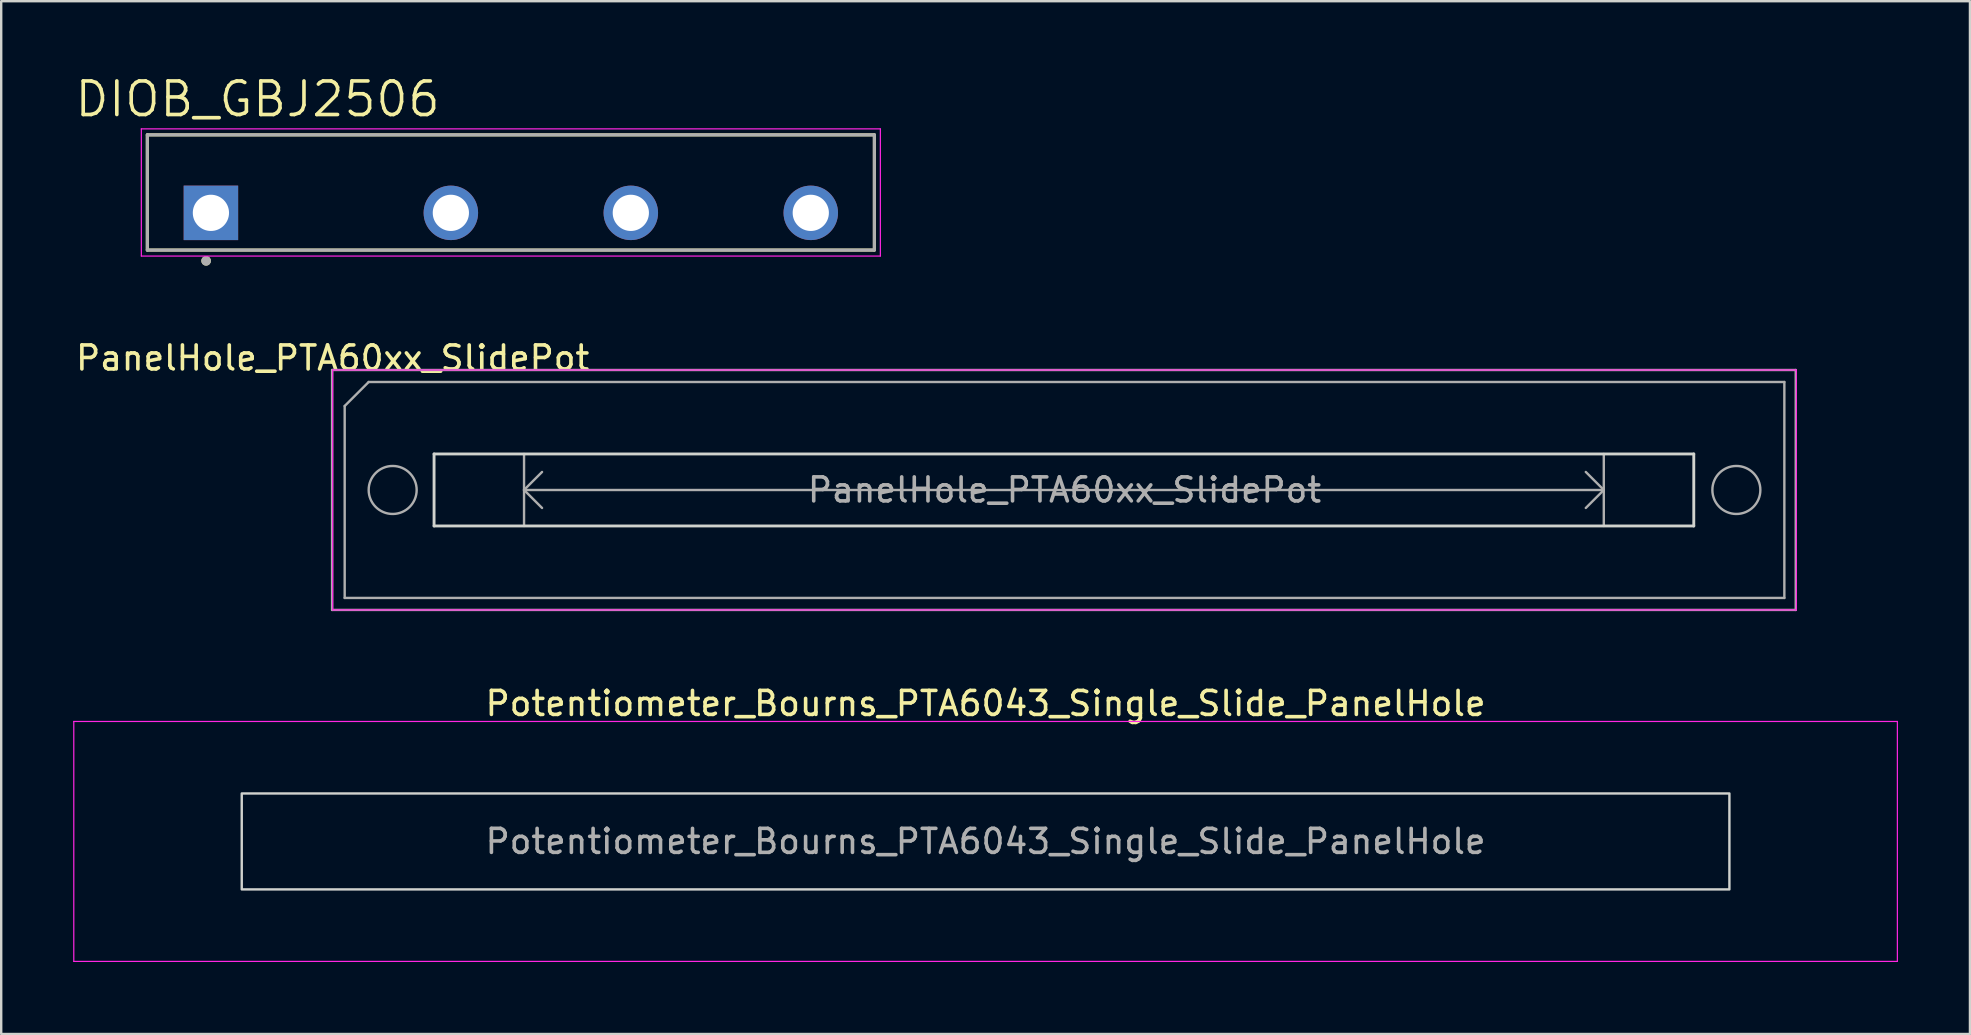
<source format=kicad_pcb>
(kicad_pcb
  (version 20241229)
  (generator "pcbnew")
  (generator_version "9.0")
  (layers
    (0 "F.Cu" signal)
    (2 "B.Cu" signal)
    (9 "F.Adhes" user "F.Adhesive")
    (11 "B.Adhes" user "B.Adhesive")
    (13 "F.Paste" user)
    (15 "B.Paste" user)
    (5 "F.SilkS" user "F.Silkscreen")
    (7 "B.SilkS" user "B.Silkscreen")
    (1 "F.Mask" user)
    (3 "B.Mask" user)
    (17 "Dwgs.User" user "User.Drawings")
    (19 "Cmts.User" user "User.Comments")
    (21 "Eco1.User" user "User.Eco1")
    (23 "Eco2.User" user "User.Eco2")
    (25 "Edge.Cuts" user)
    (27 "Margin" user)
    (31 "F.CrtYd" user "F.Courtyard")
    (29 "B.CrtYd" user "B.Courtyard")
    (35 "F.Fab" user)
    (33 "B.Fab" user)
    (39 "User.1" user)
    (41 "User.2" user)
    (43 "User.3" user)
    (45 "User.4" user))
  (footprint "Potentiometer_Bourns_PTA6043_Single_Slide_PanelHole"
    (layer "F.Cu")
    (at 1.275 30.268)
    (property "Reference" "Potentiometer_Bourns_PTA6043_Single_Slide_PanelHole" (at 36.75 -4 0) (layer "F.SilkS") (effects (font (size 1 1) (thickness 0.15))))
    (attr through_hole)
    (fp_rect (start 5.75 -0.25) (end 67.75 3.75) (stroke (width 0.1) (type solid)) (fill no) (layer "Edge.Cuts"))
    (fp_line (start -1.25 -3.25) (end -1.25 6.75) (stroke (width 0.05) (type solid)) (layer "F.CrtYd"))
    (fp_line (start -1.25 6.75) (end 74.75 6.75) (stroke (width 0.05) (type solid)) (layer "F.CrtYd"))
    (fp_line (start 74.75 -3.25) (end -1.25 -3.25) (stroke (width 0.05) (type solid)) (layer "F.CrtYd"))
    (fp_line (start 74.75 6.75) (end 74.75 -3.25) (stroke (width 0.05) (type solid)) (layer "F.CrtYd"))
    (fp_text user "${REFERENCE}" (at 36.75 1.75 0) (layer "F.Fab") (effects (font (size 1 1) (thickness 0.15)))))
  (footprint "DIOB_GBJ2506"
    (layer "F.Cu")
    (at 18.24 4.971)
    (property "Reference" "DIOB_GBJ2506" (at -10.555 -3.889 0) (layer "F.SilkS") (effects (font (size 1.4 1.4) (thickness 0.15))))
    (attr through_hole)
    (fp_line (start -15.15 -2.4) (end -15.15 2.4) (stroke (width 0.127) (type solid)) (layer "F.SilkS"))
    (fp_line (start -15.15 2.4) (end 15.15 2.4) (stroke (width 0.127) (type solid)) (layer "F.SilkS"))
    (fp_line (start 15.15 -2.4) (end -15.15 -2.4) (stroke (width 0.127) (type solid)) (layer "F.SilkS"))
    (fp_line (start 15.15 2.4) (end 15.15 -2.4) (stroke (width 0.127) (type solid)) (layer "F.SilkS"))
    (fp_circle (center -12.7 2.85) (end -12.6 2.85) (stroke (width 0.2) (type solid)) (fill no) (layer "F.SilkS"))
    (fp_line (start -15.4 -2.65) (end 15.4 -2.65) (stroke (width 0.05) (type solid)) (layer "F.CrtYd"))
    (fp_line (start -15.4 2.65) (end -15.4 -2.65) (stroke (width 0.05) (type solid)) (layer "F.CrtYd"))
    (fp_line (start 15.4 -2.65) (end 15.4 2.65) (stroke (width 0.05) (type solid)) (layer "F.CrtYd"))
    (fp_line (start 15.4 2.65) (end -15.4 2.65) (stroke (width 0.05) (type solid)) (layer "F.CrtYd"))
    (fp_line (start -15.15 -2.4) (end -15.15 2.4) (stroke (width 0.127) (type solid)) (layer "F.Fab"))
    (fp_line (start -15.15 2.4) (end 15.15 2.4) (stroke (width 0.127) (type solid)) (layer "F.Fab"))
    (fp_line (start 15.15 -2.4) (end -15.15 -2.4) (stroke (width 0.127) (type solid)) (layer "F.Fab"))
    (fp_line (start 15.15 2.4) (end 15.15 -2.4) (stroke (width 0.127) (type solid)) (layer "F.Fab"))
    (fp_circle (center -12.7 2.85) (end -12.6 2.85) (stroke (width 0.2) (type solid)) (fill no) (layer "F.Fab"))
    (pad "1" thru_hole rect (at -12.5 0.85) (size 2.27 2.27) (drill 1.51) (layers "*.Cu" "*.Mask"))
    (pad "2" thru_hole circle (at -2.5 0.85) (size 2.27 2.27) (drill 1.51) (layers "*.Cu" "*.Mask"))
    (pad "3" thru_hole circle (at 5 0.85) (size 2.27 2.27) (drill 1.51) (layers "*.Cu" "*.Mask"))
    (pad "4" thru_hole circle (at 12.5 0.85) (size 2.27 2.27) (drill 1.51) (layers "*.Cu" "*.Mask")))
  (footprint "PanelHole_PTA60xx_SlidePot"
    (layer "F.Cu")
    (at 12.04 15.62)
    (property "Reference" "PanelHole_PTA60xx_SlidePot" (at -1.225 -3.75 0) (unlocked yes) (layer "F.SilkS") (effects (font (size 1 1) (thickness 0.15))))
    (fp_line (start 3 0.25) (end 3 3.25) (stroke (width 0.12) (type solid)) (layer "Edge.Cuts"))
    (fp_line (start 3 3.25) (end 55.5 3.25) (stroke (width 0.12) (type solid)) (layer "Edge.Cuts"))
    (fp_line (start 55.5 0.25) (end 3 0.25) (stroke (width 0.12) (type solid)) (layer "Edge.Cuts"))
    (fp_line (start 55.5 3.25) (end 55.5 0.25) (stroke (width 0.12) (type solid)) (layer "Edge.Cuts"))
    (fp_line (start -1.225 -3.25) (end -1.225 6.75) (stroke (width 0.05) (type solid)) (layer "F.CrtYd"))
    (fp_line (start -1.225 6.75) (end 59.775 6.75) (stroke (width 0.05) (type solid)) (layer "F.CrtYd"))
    (fp_line (start 59.775 -3.25) (end -1.225 -3.25) (stroke (width 0.05) (type solid)) (layer "F.CrtYd"))
    (fp_line (start 59.775 6.75) (end 59.775 -3.25) (stroke (width 0.05) (type solid)) (layer "F.CrtYd"))
    (fp_line (start -1.25 -3.25) (end -1.25 6.75) (stroke (width 0.1) (type solid)) (layer "F.Fab"))
    (fp_line (start -1.25 6.75) (end 59.75 6.75) (stroke (width 0.1) (type solid)) (layer "F.Fab"))
    (fp_line (start -0.725 -1.75) (end 0.275 -2.75) (stroke (width 0.1) (type solid)) (layer "F.Fab"))
    (fp_line (start -0.725 6.25) (end -0.725 -1.75) (stroke (width 0.1) (type solid)) (layer "F.Fab"))
    (fp_line (start 0.275 -2.75) (end 59.275 -2.75) (stroke (width 0.1) (type solid)) (layer "F.Fab"))
    (fp_line (start 6.75 0.25) (end 6.75 3.25) (stroke (width 0.1) (type solid)) (layer "F.Fab"))
    (fp_line (start 6.75 1.75) (end 51.75 1.75) (stroke (width 0.1) (type solid)) (layer "F.Fab"))
    (fp_line (start 7.5 1) (end 6.75 1.75) (stroke (width 0.1) (type solid)) (layer "F.Fab"))
    (fp_line (start 7.5 2.5) (end 6.75 1.75) (stroke (width 0.1) (type solid)) (layer "F.Fab"))
    (fp_line (start 51.75 0.25) (end 51.75 3.25) (stroke (width 0.1) (type solid)) (layer "F.Fab"))
    (fp_line (start 51.75 1.75) (end 51 1) (stroke (width 0.1) (type solid)) (layer "F.Fab"))
    (fp_line (start 51.75 1.75) (end 51 2.5) (stroke (width 0.1) (type solid)) (layer "F.Fab"))
    (fp_line (start 59.275 -2.75) (end 59.275 6.25) (stroke (width 0.1) (type solid)) (layer "F.Fab"))
    (fp_line (start 59.275 6.25) (end -0.725 6.25) (stroke (width 0.1) (type solid)) (layer "F.Fab"))
    (fp_line (start 59.75 -3.25) (end -1.25 -3.25) (stroke (width 0.1) (type solid)) (layer "F.Fab"))
    (fp_line (start 59.75 6.75) (end 59.75 -3.25) (stroke (width 0.1) (type solid)) (layer "F.Fab"))
    (fp_circle (center 1.275 1.75) (end 2.275 1.75) (stroke (width 0.1) (type solid)) (fill no) (layer "F.Fab"))
    (fp_circle (center 57.275 1.75) (end 58.275 1.75) (stroke (width 0.1) (type solid)) (fill no) (layer "F.Fab"))
    (fp_text user "${REFERENCE}" (at 29.275 1.75 0) (layer "F.Fab") (effects (font (size 1 1) (thickness 0.15)))))
  (gr_rect
    (start -3 -3)
    (end 79.05 40.043)
    (stroke (width 0.1) (type default))
    (fill no)
    (layer "Edge.Cuts")))
</source>
